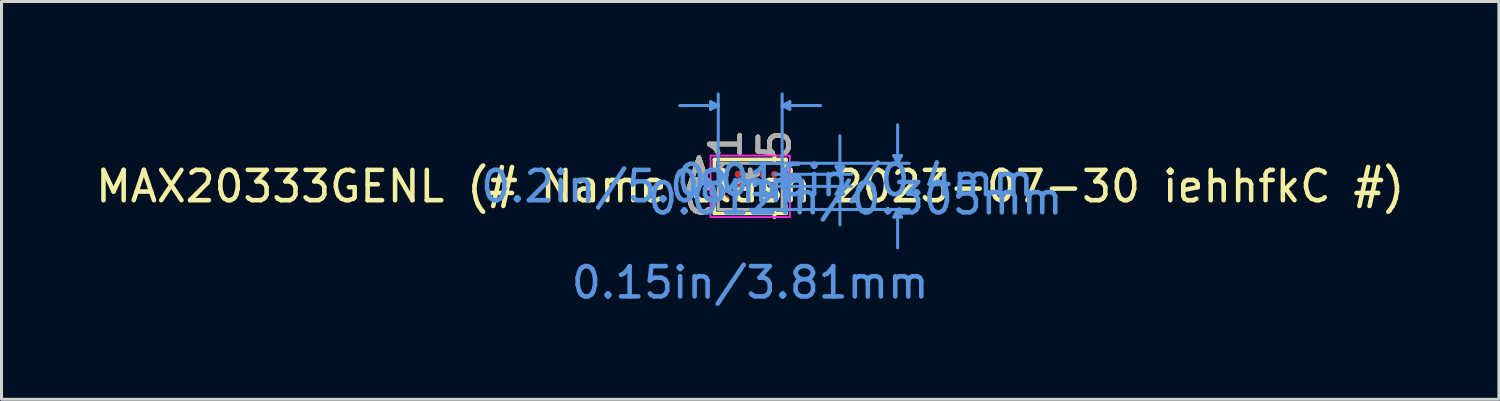
<source format=kicad_pcb>
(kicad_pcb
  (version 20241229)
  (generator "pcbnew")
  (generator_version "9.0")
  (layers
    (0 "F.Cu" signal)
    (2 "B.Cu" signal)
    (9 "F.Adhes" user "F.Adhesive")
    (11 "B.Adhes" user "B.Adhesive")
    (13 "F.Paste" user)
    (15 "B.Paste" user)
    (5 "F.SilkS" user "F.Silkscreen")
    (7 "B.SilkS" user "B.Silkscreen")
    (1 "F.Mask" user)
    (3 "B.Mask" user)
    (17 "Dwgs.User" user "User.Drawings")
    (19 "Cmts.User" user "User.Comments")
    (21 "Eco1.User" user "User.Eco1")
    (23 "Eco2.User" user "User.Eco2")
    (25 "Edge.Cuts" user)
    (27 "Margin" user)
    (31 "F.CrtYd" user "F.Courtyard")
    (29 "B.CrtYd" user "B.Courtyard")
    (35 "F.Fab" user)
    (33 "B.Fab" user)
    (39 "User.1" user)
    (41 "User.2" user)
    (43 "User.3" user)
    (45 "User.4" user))
  (footprint "MAX20333GENL (# Name clash 2023-07-30 iehhfkC #)"
    (layer "F.Cu")
    (at 21.696 3.098)
    (property "Reference" "MAX20333GENL (# Name clash 2023-07-30 iehhfkC #)" (at 0 0 0) (layer "F.SilkS") (effects (font (size 1 1) (thickness 0.15))))
    (attr through_hole)
    (fp_line (start -1.181 -0.889) (end -1.181 -0.634) (stroke (width 0.12) (type solid)) (layer "F.SilkS"))
    (fp_line (start -1.181 0.634) (end -1.181 0.889) (stroke (width 0.12) (type solid)) (layer "F.SilkS"))
    (fp_line (start -1.181 0.889) (end 1.181 0.889) (stroke (width 0.12) (type solid)) (layer "F.SilkS"))
    (fp_line (start 0.8 -0.847) (end 0.8 -1.016) (stroke (width 0.12) (type solid)) (layer "F.SilkS"))
    (fp_line (start 0.8 0.847) (end 0.8 1.016) (stroke (width 0.12) (type solid)) (layer "F.SilkS"))
    (fp_line (start 1.181 -0.889) (end -1.181 -0.889) (stroke (width 0.12) (type solid)) (layer "F.SilkS"))
    (fp_line (start 1.181 -0.634) (end 1.181 -0.889) (stroke (width 0.12) (type solid)) (layer "F.SilkS"))
    (fp_line (start 1.181 0.889) (end 1.181 0.634) (stroke (width 0.12) (type solid)) (layer "F.SilkS"))
    (fp_line (start -1.308 -2.794) (end -1.308 -2.54) (stroke (width 0.1) (type solid)) (layer "Cmts.User"))
    (fp_line (start -1.054 -2.667) (end -2.324 -2.667) (stroke (width 0.1) (type solid)) (layer "Cmts.User"))
    (fp_line (start -1.054 -2.667) (end -1.308 -2.794) (stroke (width 0.1) (type solid)) (layer "Cmts.User"))
    (fp_line (start -1.054 -2.667) (end -1.308 -2.54) (stroke (width 0.1) (type solid)) (layer "Cmts.User"))
    (fp_line (start -1.054 0) (end -1.054 -3.048) (stroke (width 0.1) (type solid)) (layer "Cmts.User"))
    (fp_line (start 0 -0.762) (end 5.245 -0.762) (stroke (width 0.1) (type solid)) (layer "Cmts.User"))
    (fp_line (start 0 0.762) (end 5.245 0.762) (stroke (width 0.1) (type solid)) (layer "Cmts.User"))
    (fp_line (start 0.8 -0.4) (end 3.34 -0.4) (stroke (width 0.1) (type solid)) (layer "Cmts.User"))
    (fp_line (start 0.8 0) (end 3.34 0) (stroke (width 0.1) (type solid)) (layer "Cmts.User"))
    (fp_line (start 1.054 -2.667) (end 1.308 -2.794) (stroke (width 0.1) (type solid)) (layer "Cmts.User"))
    (fp_line (start 1.054 -2.667) (end 1.308 -2.54) (stroke (width 0.1) (type solid)) (layer "Cmts.User"))
    (fp_line (start 1.054 -2.667) (end 2.324 -2.667) (stroke (width 0.1) (type solid)) (layer "Cmts.User"))
    (fp_line (start 1.054 0) (end 1.054 -3.048) (stroke (width 0.1) (type solid)) (layer "Cmts.User"))
    (fp_line (start 1.308 -2.794) (end 1.308 -2.54) (stroke (width 0.1) (type solid)) (layer "Cmts.User"))
    (fp_line (start 2.832 -0.654) (end 3.086 -0.654) (stroke (width 0.1) (type solid)) (layer "Cmts.User"))
    (fp_line (start 2.832 0.254) (end 3.086 0.254) (stroke (width 0.1) (type solid)) (layer "Cmts.User"))
    (fp_line (start 2.959 -0.4) (end 2.832 -0.654) (stroke (width 0.1) (type solid)) (layer "Cmts.User"))
    (fp_line (start 2.959 -0.4) (end 2.959 -1.67) (stroke (width 0.1) (type solid)) (layer "Cmts.User"))
    (fp_line (start 2.959 -0.4) (end 3.086 -0.654) (stroke (width 0.1) (type solid)) (layer "Cmts.User"))
    (fp_line (start 2.959 0) (end 2.832 0.254) (stroke (width 0.1) (type solid)) (layer "Cmts.User"))
    (fp_line (start 2.959 0) (end 2.959 1.27) (stroke (width 0.1) (type solid)) (layer "Cmts.User"))
    (fp_line (start 2.959 0) (end 3.086 0.254) (stroke (width 0.1) (type solid)) (layer "Cmts.User"))
    (fp_line (start 4.737 -1.016) (end 4.991 -1.016) (stroke (width 0.1) (type solid)) (layer "Cmts.User"))
    (fp_line (start 4.737 1.016) (end 4.991 1.016) (stroke (width 0.1) (type solid)) (layer "Cmts.User"))
    (fp_line (start 4.864 -0.762) (end 4.737 -1.016) (stroke (width 0.1) (type solid)) (layer "Cmts.User"))
    (fp_line (start 4.864 -0.762) (end 4.864 -2.032) (stroke (width 0.1) (type solid)) (layer "Cmts.User"))
    (fp_line (start 4.864 -0.762) (end 4.991 -1.016) (stroke (width 0.1) (type solid)) (layer "Cmts.User"))
    (fp_line (start 4.864 0.762) (end 4.737 1.016) (stroke (width 0.1) (type solid)) (layer "Cmts.User"))
    (fp_line (start 4.864 0.762) (end 4.864 2.032) (stroke (width 0.1) (type solid)) (layer "Cmts.User"))
    (fp_line (start 4.864 0.762) (end 4.991 1.016) (stroke (width 0.1) (type solid)) (layer "Cmts.User"))
    (fp_line (start -1.308 -1.016) (end 1.308 -1.016) (stroke (width 0.05) (type solid)) (layer "F.CrtYd"))
    (fp_line (start -1.308 -1.016) (end 1.308 -1.016) (stroke (width 0.05) (type solid)) (layer "F.CrtYd"))
    (fp_line (start -1.308 1.016) (end -1.308 -1.016) (stroke (width 0.05) (type solid)) (layer "F.CrtYd"))
    (fp_line (start -1.308 1.016) (end -1.308 -1.016) (stroke (width 0.05) (type solid)) (layer "F.CrtYd"))
    (fp_line (start 1.308 -1.016) (end 1.308 1.016) (stroke (width 0.05) (type solid)) (layer "F.CrtYd"))
    (fp_line (start 1.308 -1.016) (end 1.308 1.016) (stroke (width 0.05) (type solid)) (layer "F.CrtYd"))
    (fp_line (start 1.308 1.016) (end -1.308 1.016) (stroke (width 0.05) (type solid)) (layer "F.CrtYd"))
    (fp_line (start 1.308 1.016) (end -1.308 1.016) (stroke (width 0.05) (type solid)) (layer "F.CrtYd"))
    (fp_line (start -1.054 -0.762) (end -1.054 0.762) (stroke (width 0.1) (type solid)) (layer "F.Fab"))
    (fp_line (start -1.054 0.762) (end 1.054 0.762) (stroke (width 0.1) (type solid)) (layer "F.Fab"))
    (fp_line (start -0.854 -0.762) (end -1.054 -0.562) (stroke (width 0.1) (type solid)) (layer "F.Fab"))
    (fp_line (start 1.054 -0.762) (end -1.054 -0.762) (stroke (width 0.1) (type solid)) (layer "F.Fab"))
    (fp_line (start 1.054 0.762) (end 1.054 -0.762) (stroke (width 0.1) (type solid)) (layer "F.Fab"))
    (fp_text user "1" (at -0.8 -1.397 90) (layer "F.SilkS") (effects (font (size 1 1) (thickness 0.15))))
    (fp_text user "A" (at -1.689 -0.4 0) (layer "F.SilkS") (effects (font (size 1 1) (thickness 0.15))))
    (fp_text user "5" (at 0.8 -1.397 90) (layer "F.SilkS") (effects (font (size 1 1) (thickness 0.15))))
    (fp_text user "*" (at 0 0 0) (layer "F.SilkS") (effects (font (size 1 1) (thickness 0.15))))
    (fp_text user "C" (at -1.689 0.4 0) (layer "F.SilkS") (effects (font (size 1 1) (thickness 0.15))))
    (fp_text user "1" (at -0.8 -1.397 90) (layer "B.SilkS") (effects (font (size 1 1) (thickness 0.15))))
    (fp_text user "C" (at -1.689 0.4 0) (layer "B.SilkS") (effects (font (size 1 1) (thickness 0.15))))
    (fp_text user "A" (at -1.689 -0.4 0) (layer "B.SilkS") (effects (font (size 1 1) (thickness 0.15))))
    (fp_text user "5" (at 0.8 -1.397 90) (layer "B.SilkS") (effects (font (size 1 1) (thickness 0.15))))
    (fp_text user "0.012in/0.305mm" (at 3.467 0.4 0) (layer "Cmts.User") (effects (font (size 1 1) (thickness 0.15))))
    (fp_text user "0.016in/0.4mm" (at 3.467 -0.2 0) (layer "Cmts.User") (effects (font (size 1 1) (thickness 0.15))))
    (fp_text user "0.15in/3.81mm" (at 0 3.175 0) (layer "Cmts.User") (effects (font (size 1 1) (thickness 0.15))))
    (fp_text user "0.2in/5.08mm" (at -3.467 0 0) (layer "Cmts.User") (effects (font (size 1 1) (thickness 0.15))))
    (fp_text user "Copyright 2021 Accelerated Designs. All rights reserved." (at 0 0 0) (layer "Cmts.User") (effects (font (size 0.127 0.127) (thickness 0.002))))
    (fp_text user "*" (at 0 0 0) (layer "F.Fab") (effects (font (size 1 1) (thickness 0.15))))
    (fp_text user "1" (at -0.8 -1.397 90) (layer "F.Fab") (effects (font (size 1 1) (thickness 0.15))))
    (fp_text user "C" (at -1.689 0.4 0) (layer "F.Fab") (effects (font (size 1 1) (thickness 0.15))))
    (fp_text user "5" (at 0.8 -1.397 90) (layer "F.Fab") (effects (font (size 1 1) (thickness 0.15))))
    (fp_text user "A" (at -1.689 -0.4 0) (layer "F.Fab") (effects (font (size 1 1) (thickness 0.15))))
    (pad "A1" smd circle (at -0.8 -0.4) (size 0.229 0.229) (layers "F.Cu" "F.Mask" "F.Paste"))
    (pad "A2" smd circle (at -0.4 -0.4) (size 0.229 0.229) (layers "F.Cu" "F.Mask" "F.Paste"))
    (pad "A3" smd circle (at 0 -0.4) (size 0.229 0.229) (layers "F.Cu" "F.Mask" "F.Paste"))
    (pad "A4" smd circle (at 0.4 -0.4) (size 0.229 0.229) (layers "F.Cu" "F.Mask" "F.Paste"))
    (pad "A5" smd circle (at 0.8 -0.4) (size 0.229 0.229) (layers "F.Cu" "F.Mask" "F.Paste"))
    (pad "B1" smd circle (at -0.8 0) (size 0.229 0.229) (layers "F.Cu" "F.Mask" "F.Paste"))
    (pad "B2" smd circle (at -0.4 0) (size 0.229 0.229) (layers "F.Cu" "F.Mask" "F.Paste"))
    (pad "B3" smd circle (at 0 0) (size 0.229 0.229) (layers "F.Cu" "F.Mask" "F.Paste"))
    (pad "B4" smd circle (at 0.4 0) (size 0.229 0.229) (layers "F.Cu" "F.Mask" "F.Paste"))
    (pad "B5" smd circle (at 0.8 0) (size 0.229 0.229) (layers "F.Cu" "F.Mask" "F.Paste"))
    (pad "C1" smd circle (at -0.8 0.4) (size 0.229 0.229) (layers "F.Cu" "F.Mask" "F.Paste"))
    (pad "C2" smd circle (at -0.4 0.4) (size 0.229 0.229) (layers "F.Cu" "F.Mask" "F.Paste"))
    (pad "C3" smd circle (at 0 0.4) (size 0.229 0.229) (layers "F.Cu" "F.Mask" "F.Paste"))
    (pad "C4" smd circle (at 0.4 0.4) (size 0.229 0.229) (layers "F.Cu" "F.Mask" "F.Paste"))
    (pad "C5" smd circle (at 0.8 0.4) (size 0.229 0.229) (layers "F.Cu" "F.Mask" "F.Paste")))
  (gr_rect
    (start -3 -3)
    (end 46.393 10.121)
    (stroke (width 0.1) (type default))
    (fill no)
    (layer "Edge.Cuts")))
</source>
